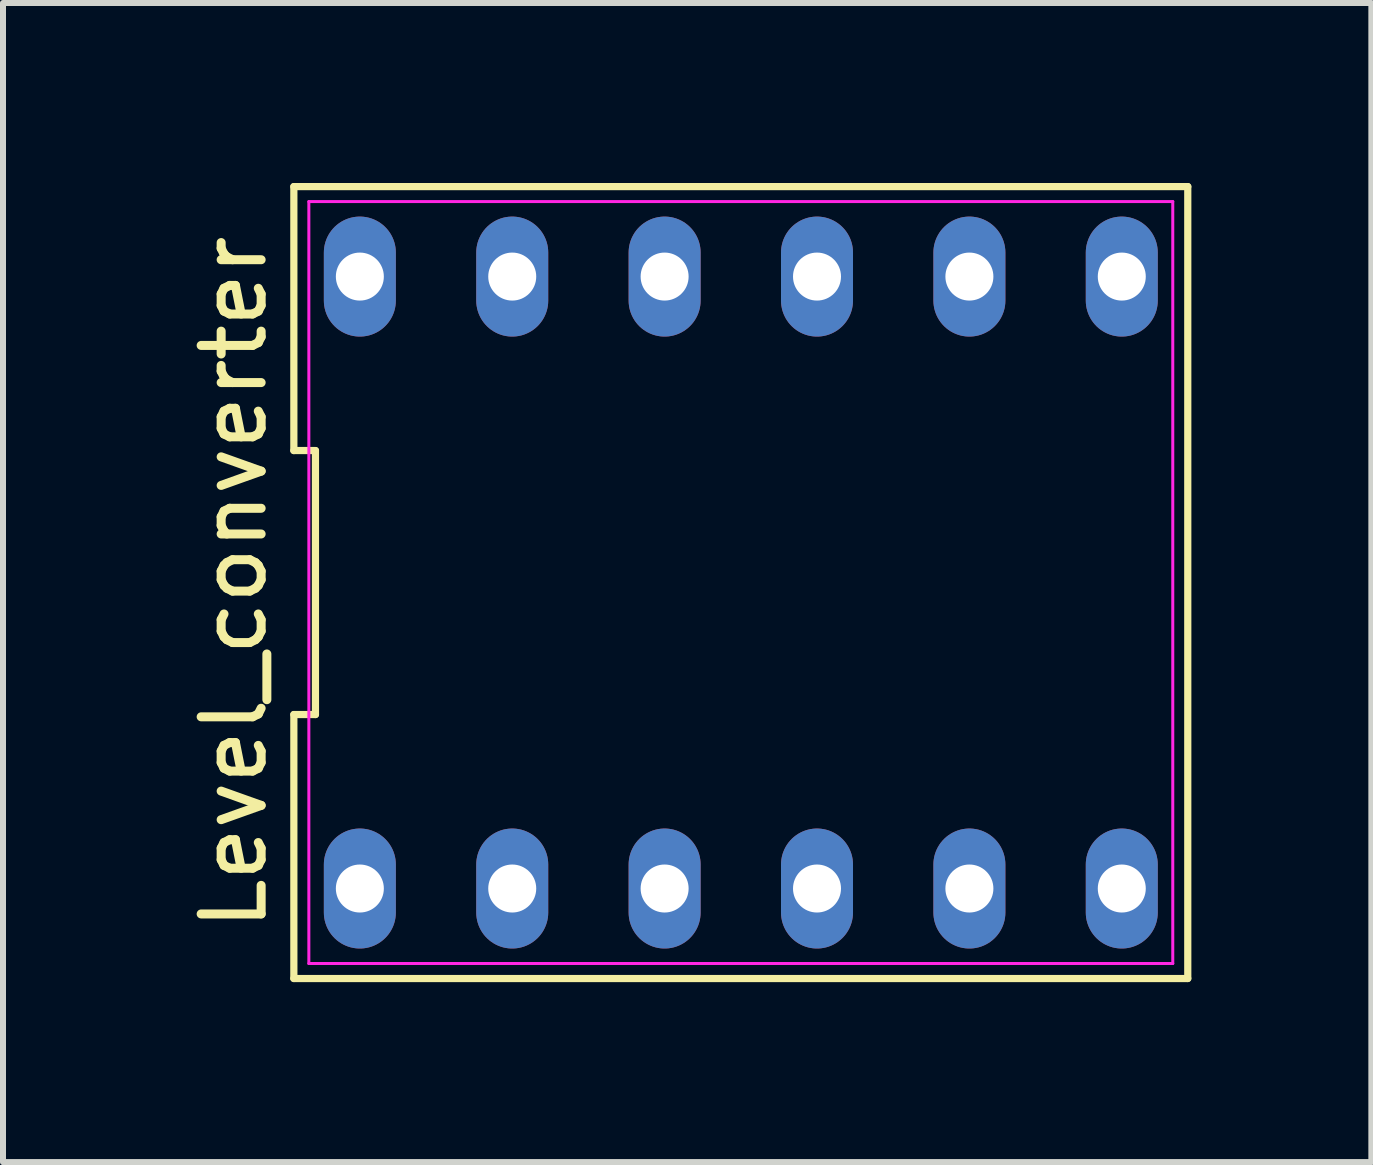
<source format=kicad_pcb>
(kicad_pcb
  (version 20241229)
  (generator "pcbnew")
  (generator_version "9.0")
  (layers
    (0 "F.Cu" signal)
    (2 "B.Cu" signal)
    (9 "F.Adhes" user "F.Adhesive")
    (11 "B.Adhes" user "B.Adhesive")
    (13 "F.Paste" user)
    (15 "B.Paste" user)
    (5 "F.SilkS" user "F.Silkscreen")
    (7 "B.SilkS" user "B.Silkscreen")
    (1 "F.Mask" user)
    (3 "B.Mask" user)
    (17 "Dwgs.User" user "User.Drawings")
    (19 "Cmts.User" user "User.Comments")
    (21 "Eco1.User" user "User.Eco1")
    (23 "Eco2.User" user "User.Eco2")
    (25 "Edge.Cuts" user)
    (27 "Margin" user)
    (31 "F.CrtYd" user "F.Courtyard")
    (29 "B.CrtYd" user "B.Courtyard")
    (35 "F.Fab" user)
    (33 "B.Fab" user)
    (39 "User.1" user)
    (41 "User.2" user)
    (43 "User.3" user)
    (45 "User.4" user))
  (footprint "Level_converter"
    (layer "F.Cu")
    (at 9.298 6.66)
    (property "Reference" "Level_converter" (at -8.45 0 90) (layer "F.SilkS") (effects (font (size 1 1) (thickness 0.15))))
    (attr through_hole)
    (fp_line (start -7.45 -6.6) (end -7.45 -2.2) (stroke (width 0.12) (type default)) (layer "F.SilkS"))
    (fp_line (start -7.45 -2.2) (end -7.09 -2.2) (stroke (width 0.12) (type default)) (layer "F.SilkS"))
    (fp_line (start -7.45 2.2) (end -7.45 6.6) (stroke (width 0.12) (type default)) (layer "F.SilkS"))
    (fp_line (start -7.45 6.6) (end 7.45 6.6) (stroke (width 0.12) (type default)) (layer "F.SilkS"))
    (fp_line (start -7.09 -2.2) (end -7.09 2.2) (stroke (width 0.12) (type default)) (layer "F.SilkS"))
    (fp_line (start -7.09 2.2) (end -7.45 2.2) (stroke (width 0.12) (type default)) (layer "F.SilkS"))
    (fp_line (start 7.45 -6.6) (end -7.45 -6.6) (stroke (width 0.12) (type default)) (layer "F.SilkS"))
    (fp_line (start 7.45 6.6) (end 7.45 -6.6) (stroke (width 0.12) (type default)) (layer "F.SilkS"))
    (fp_line (start -7.2 -6.35) (end 7.2 -6.35) (stroke (width 0.05) (type default)) (layer "F.CrtYd"))
    (fp_line (start -7.2 6.35) (end -7.2 -6.35) (stroke (width 0.05) (type default)) (layer "F.CrtYd"))
    (fp_line (start 7.2 -6.35) (end 7.2 6.35) (stroke (width 0.05) (type default)) (layer "F.CrtYd"))
    (fp_line (start 7.2 6.35) (end -7.2 6.35) (stroke (width 0.05) (type default)) (layer "F.CrtYd"))
    (pad "1" thru_hole oval (at -6.35 5.1) (size 1.2 2) (drill 0.8) (layers "*.Cu" "*.Mask"))
    (pad "2" thru_hole oval (at -3.81 5.1) (size 1.2 2) (drill 0.8) (layers "*.Cu" "*.Mask"))
    (pad "3" thru_hole oval (at -1.27 5.1) (size 1.2 2) (drill 0.8) (layers "*.Cu" "*.Mask"))
    (pad "4" thru_hole oval (at 1.27 5.1) (size 1.2 2) (drill 0.8) (layers "*.Cu" "*.Mask"))
    (pad "5" thru_hole oval (at 3.81 5.1) (size 1.2 2) (drill 0.8) (layers "*.Cu" "*.Mask"))
    (pad "6" thru_hole oval (at 6.35 5.1) (size 1.2 2) (drill 0.8) (layers "*.Cu" "*.Mask"))
    (pad "7" thru_hole oval (at 6.35 -5.1) (size 1.2 2) (drill 0.8) (layers "*.Cu" "*.Mask"))
    (pad "8" thru_hole oval (at 3.81 -5.1) (size 1.2 2) (drill 0.8) (layers "*.Cu" "*.Mask"))
    (pad "9" thru_hole oval (at 1.27 -5.1) (size 1.2 2) (drill 0.8) (layers "*.Cu" "*.Mask"))
    (pad "10" thru_hole oval (at -1.27 -5.1) (size 1.2 2) (drill 0.8) (layers "*.Cu" "*.Mask"))
    (pad "11" thru_hole oval (at -3.81 -5.1) (size 1.2 2) (drill 0.8) (layers "*.Cu" "*.Mask"))
    (pad "12" thru_hole oval (at -6.35 -5.1) (size 1.2 2) (drill 0.8) (layers "*.Cu" "*.Mask")))
  (gr_rect
    (start -3 -3)
    (end 19.808 16.32)
    (stroke (width 0.1) (type default))
    (fill no)
    (layer "Edge.Cuts")))
</source>
